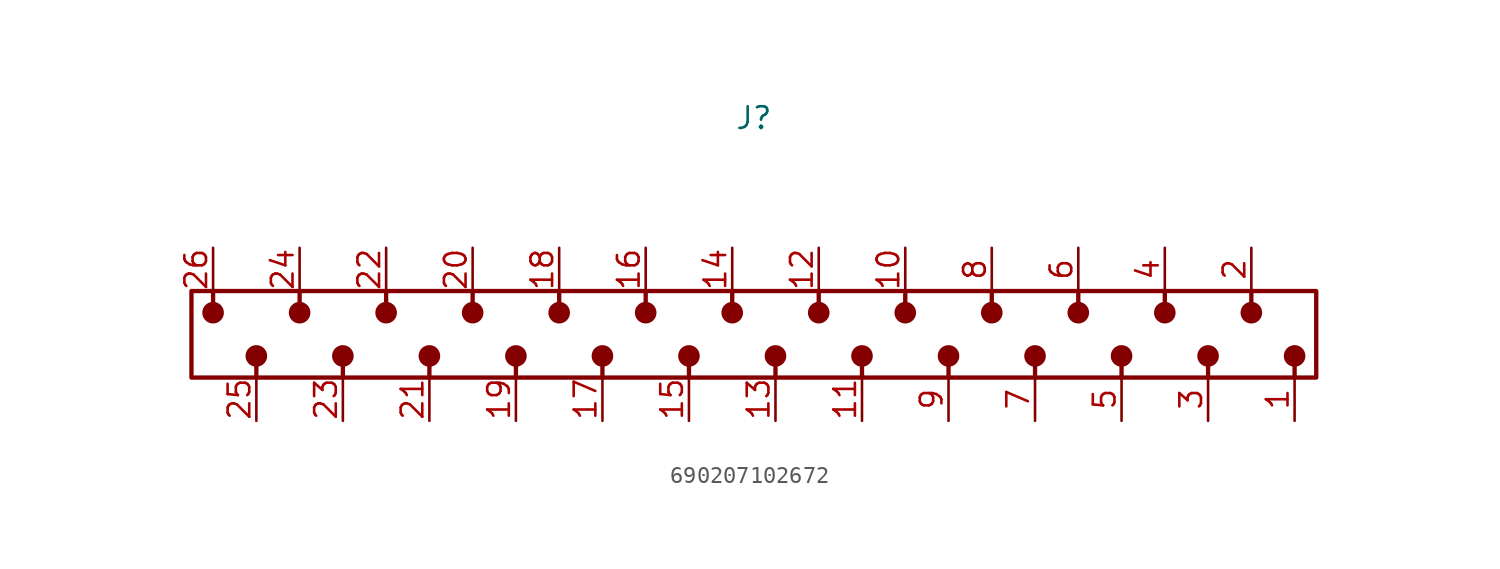
<source format=kicad_sym>
(kicad_symbol_lib
  (version 20241209)
  (generator "kicad_symbol_editor")
  (generator_version "9.0")
  (symbol "690207102672"
    (pin_names
      (hide yes))
    (property "Reference" "J"
      (at 0 12.7 0)
      (effects (font (size 1.27 1.27))))
    (symbol "690207102672_1_1"
      (rectangle (start -33.02 2.54) (end 33.02 -2.54) (stroke (width 0.254) (type solid)) (fill (type none)))
      (polyline (pts (xy -31.75 1.778) (xy -31.75 2.54)) (stroke (width 0.254) (type solid)) (fill (type none)))
      (circle (center -31.75 1.27) (radius 0.508) (stroke (width 0.254) (type solid)) (fill (type outline)))
      (circle (center -29.21 -1.27) (radius 0.508) (stroke (width 0.254) (type solid)) (fill (type outline)))
      (polyline (pts (xy -29.21 -1.778) (xy -29.21 -2.54)) (stroke (width 0.254) (type solid)) (fill (type none)))
      (polyline (pts (xy -26.67 1.778) (xy -26.67 2.54)) (stroke (width 0.254) (type solid)) (fill (type none)))
      (circle (center -26.67 1.27) (radius 0.508) (stroke (width 0.254) (type solid)) (fill (type outline)))
      (circle (center -24.13 -1.27) (radius 0.508) (stroke (width 0.254) (type solid)) (fill (type outline)))
      (polyline (pts (xy -24.13 -1.778) (xy -24.13 -2.54)) (stroke (width 0.254) (type solid)) (fill (type none)))
      (polyline (pts (xy -21.59 1.778) (xy -21.59 2.54)) (stroke (width 0.254) (type solid)) (fill (type none)))
      (circle (center -21.59 1.27) (radius 0.508) (stroke (width 0.254) (type solid)) (fill (type outline)))
      (circle (center -19.05 -1.27) (radius 0.508) (stroke (width 0.254) (type solid)) (fill (type outline)))
      (polyline (pts (xy -19.05 -1.778) (xy -19.05 -2.54)) (stroke (width 0.254) (type solid)) (fill (type none)))
      (polyline (pts (xy -16.51 1.778) (xy -16.51 2.54)) (stroke (width 0.254) (type solid)) (fill (type none)))
      (circle (center -16.51 1.27) (radius 0.508) (stroke (width 0.254) (type solid)) (fill (type outline)))
      (circle (center -13.97 -1.27) (radius 0.508) (stroke (width 0.254) (type solid)) (fill (type outline)))
      (polyline (pts (xy -13.97 -1.778) (xy -13.97 -2.54)) (stroke (width 0.254) (type solid)) (fill (type none)))
      (polyline (pts (xy -11.43 1.778) (xy -11.43 2.54)) (stroke (width 0.254) (type solid)) (fill (type none)))
      (circle (center -11.43 1.27) (radius 0.508) (stroke (width 0.254) (type solid)) (fill (type outline)))
      (circle (center -8.89 -1.27) (radius 0.508) (stroke (width 0.254) (type solid)) (fill (type outline)))
      (polyline (pts (xy -8.89 -1.778) (xy -8.89 -2.54)) (stroke (width 0.254) (type solid)) (fill (type none)))
      (polyline (pts (xy -6.35 1.778) (xy -6.35 2.54)) (stroke (width 0.254) (type solid)) (fill (type none)))
      (circle (center -6.35 1.27) (radius 0.508) (stroke (width 0.254) (type solid)) (fill (type outline)))
      (circle (center -3.81 -1.27) (radius 0.508) (stroke (width 0.254) (type solid)) (fill (type outline)))
      (polyline (pts (xy -3.81 -1.778) (xy -3.81 -2.54)) (stroke (width 0.254) (type solid)) (fill (type none)))
      (polyline (pts (xy -1.27 1.778) (xy -1.27 2.54)) (stroke (width 0.254) (type solid)) (fill (type none)))
      (circle (center -1.27 1.27) (radius 0.508) (stroke (width 0.254) (type solid)) (fill (type outline)))
      (circle (center 1.27 -1.27) (radius 0.508) (stroke (width 0.254) (type solid)) (fill (type outline)))
      (polyline (pts (xy 1.27 -1.778) (xy 1.27 -2.54)) (stroke (width 0.254) (type solid)) (fill (type none)))
      (polyline (pts (xy 3.81 1.778) (xy 3.81 2.54)) (stroke (width 0.254) (type solid)) (fill (type none)))
      (circle (center 3.81 1.27) (radius 0.508) (stroke (width 0.254) (type solid)) (fill (type outline)))
      (circle (center 6.35 -1.27) (radius 0.508) (stroke (width 0.254) (type solid)) (fill (type outline)))
      (polyline (pts (xy 6.35 -1.778) (xy 6.35 -2.54)) (stroke (width 0.254) (type solid)) (fill (type none)))
      (polyline (pts (xy 8.89 1.778) (xy 8.89 2.54)) (stroke (width 0.254) (type solid)) (fill (type none)))
      (circle (center 8.89 1.27) (radius 0.508) (stroke (width 0.254) (type solid)) (fill (type outline)))
      (circle (center 11.43 -1.27) (radius 0.508) (stroke (width 0.254) (type solid)) (fill (type outline)))
      (polyline (pts (xy 11.43 -1.778) (xy 11.43 -2.54)) (stroke (width 0.254) (type solid)) (fill (type none)))
      (polyline (pts (xy 13.97 1.778) (xy 13.97 2.54)) (stroke (width 0.254) (type solid)) (fill (type none)))
      (circle (center 13.97 1.27) (radius 0.508) (stroke (width 0.254) (type solid)) (fill (type outline)))
      (circle (center 16.51 -1.27) (radius 0.508) (stroke (width 0.254) (type solid)) (fill (type outline)))
      (polyline (pts (xy 16.51 -1.778) (xy 16.51 -2.54)) (stroke (width 0.254) (type solid)) (fill (type none)))
      (polyline (pts (xy 19.05 1.778) (xy 19.05 2.54)) (stroke (width 0.254) (type solid)) (fill (type none)))
      (circle (center 19.05 1.27) (radius 0.508) (stroke (width 0.254) (type solid)) (fill (type outline)))
      (circle (center 21.59 -1.27) (radius 0.508) (stroke (width 0.254) (type solid)) (fill (type outline)))
      (polyline (pts (xy 21.59 -1.778) (xy 21.59 -2.54)) (stroke (width 0.254) (type solid)) (fill (type none)))
      (polyline (pts (xy 24.13 1.778) (xy 24.13 2.54)) (stroke (width 0.254) (type solid)) (fill (type none)))
      (circle (center 24.13 1.27) (radius 0.508) (stroke (width 0.254) (type solid)) (fill (type outline)))
      (circle (center 26.67 -1.27) (radius 0.508) (stroke (width 0.254) (type solid)) (fill (type outline)))
      (polyline (pts (xy 26.67 -1.778) (xy 26.67 -2.54)) (stroke (width 0.254) (type solid)) (fill (type none)))
      (polyline (pts (xy 29.21 1.778) (xy 29.21 2.54)) (stroke (width 0.254) (type solid)) (fill (type none)))
      (circle (center 29.21 1.27) (radius 0.508) (stroke (width 0.254) (type solid)) (fill (type outline)))
      (circle (center 31.75 -1.27) (radius 0.508) (stroke (width 0.254) (type solid)) (fill (type outline)))
      (polyline (pts (xy 31.75 -1.778) (xy 31.75 -2.54)) (stroke (width 0.254) (type solid)) (fill (type none)))
      (pin passive line (at -31.75 5.08 270) (length 2.54) (name "26" (effects (font (size 1.27 1.27)))) (number "26" (effects (font (size 1.27 1.27)))))
      (pin passive line (at -29.21 -5.08 90) (length 2.54) (name "25" (effects (font (size 1.27 1.27)))) (number "25" (effects (font (size 1.27 1.27)))))
      (pin passive line (at -26.67 5.08 270) (length 2.54) (name "24" (effects (font (size 1.27 1.27)))) (number "24" (effects (font (size 1.27 1.27)))))
      (pin passive line (at -24.13 -5.08 90) (length 2.54) (name "23" (effects (font (size 1.27 1.27)))) (number "23" (effects (font (size 1.27 1.27)))))
      (pin passive line (at -21.59 5.08 270) (length 2.54) (name "22" (effects (font (size 1.27 1.27)))) (number "22" (effects (font (size 1.27 1.27)))))
      (pin passive line (at -19.05 -5.08 90) (length 2.54) (name "21" (effects (font (size 1.27 1.27)))) (number "21" (effects (font (size 1.27 1.27)))))
      (pin passive line (at -16.51 5.08 270) (length 2.54) (name "20" (effects (font (size 1.27 1.27)))) (number "20" (effects (font (size 1.27 1.27)))))
      (pin passive line (at -13.97 -5.08 90) (length 2.54) (name "19" (effects (font (size 1.27 1.27)))) (number "19" (effects (font (size 1.27 1.27)))))
      (pin passive line (at -11.43 5.08 270) (length 2.54) (name "18" (effects (font (size 1.27 1.27)))) (number "18" (effects (font (size 1.27 1.27)))))
      (pin passive line (at -8.89 -5.08 90) (length 2.54) (name "17" (effects (font (size 1.27 1.27)))) (number "17" (effects (font (size 1.27 1.27)))))
      (pin passive line (at -6.35 5.08 270) (length 2.54) (name "16" (effects (font (size 1.27 1.27)))) (number "16" (effects (font (size 1.27 1.27)))))
      (pin passive line (at -3.81 -5.08 90) (length 2.54) (name "15" (effects (font (size 1.27 1.27)))) (number "15" (effects (font (size 1.27 1.27)))))
      (pin passive line (at -1.27 5.08 270) (length 2.54) (name "14" (effects (font (size 1.27 1.27)))) (number "14" (effects (font (size 1.27 1.27)))))
      (pin passive line (at 1.27 -5.08 90) (length 2.54) (name "13" (effects (font (size 1.27 1.27)))) (number "13" (effects (font (size 1.27 1.27)))))
      (pin passive line (at 3.81 5.08 270) (length 2.54) (name "12" (effects (font (size 1.27 1.27)))) (number "12" (effects (font (size 1.27 1.27)))))
      (pin passive line (at 6.35 -5.08 90) (length 2.54) (name "11" (effects (font (size 1.27 1.27)))) (number "11" (effects (font (size 1.27 1.27)))))
      (pin passive line (at 8.89 5.08 270) (length 2.54) (name "10" (effects (font (size 1.27 1.27)))) (number "10" (effects (font (size 1.27 1.27)))))
      (pin passive line (at 11.43 -5.08 90) (length 2.54) (name "9" (effects (font (size 1.27 1.27)))) (number "9" (effects (font (size 1.27 1.27)))))
      (pin passive line (at 13.97 5.08 270) (length 2.54) (name "8" (effects (font (size 1.27 1.27)))) (number "8" (effects (font (size 1.27 1.27)))))
      (pin passive line (at 16.51 -5.08 90) (length 2.54) (name "7" (effects (font (size 1.27 1.27)))) (number "7" (effects (font (size 1.27 1.27)))))
      (pin passive line (at 19.05 5.08 270) (length 2.54) (name "6" (effects (font (size 1.27 1.27)))) (number "6" (effects (font (size 1.27 1.27)))))
      (pin passive line (at 21.59 -5.08 90) (length 2.54) (name "5" (effects (font (size 1.27 1.27)))) (number "5" (effects (font (size 1.27 1.27)))))
      (pin passive line (at 24.13 5.08 270) (length 2.54) (name "4" (effects (font (size 1.27 1.27)))) (number "4" (effects (font (size 1.27 1.27)))))
      (pin passive line (at 26.67 -5.08 90) (length 2.54) (name "3" (effects (font (size 1.27 1.27)))) (number "3" (effects (font (size 1.27 1.27)))))
      (pin passive line (at 29.21 5.08 270) (length 2.54) (name "2" (effects (font (size 1.27 1.27)))) (number "2" (effects (font (size 1.27 1.27)))))
      (pin passive line (at 31.75 -5.08 90) (length 2.54) (name "1" (effects (font (size 1.27 1.27)))) (number "1" (effects (font (size 1.27 1.27))))))))
</source>
